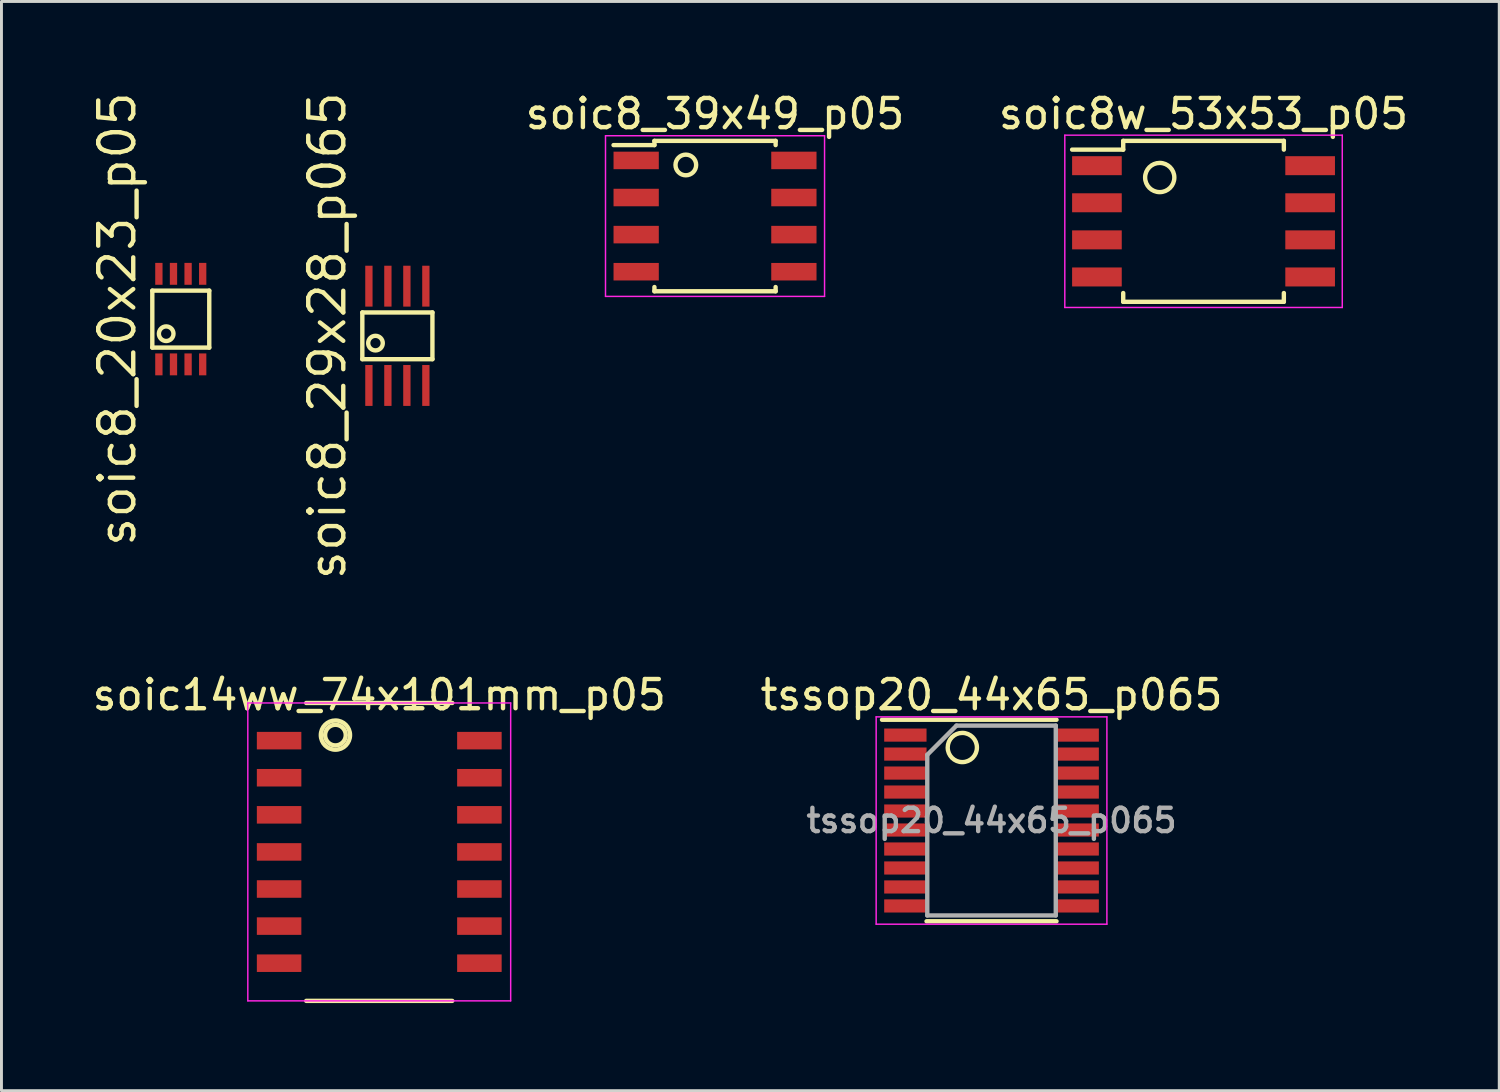
<source format=kicad_pcb>
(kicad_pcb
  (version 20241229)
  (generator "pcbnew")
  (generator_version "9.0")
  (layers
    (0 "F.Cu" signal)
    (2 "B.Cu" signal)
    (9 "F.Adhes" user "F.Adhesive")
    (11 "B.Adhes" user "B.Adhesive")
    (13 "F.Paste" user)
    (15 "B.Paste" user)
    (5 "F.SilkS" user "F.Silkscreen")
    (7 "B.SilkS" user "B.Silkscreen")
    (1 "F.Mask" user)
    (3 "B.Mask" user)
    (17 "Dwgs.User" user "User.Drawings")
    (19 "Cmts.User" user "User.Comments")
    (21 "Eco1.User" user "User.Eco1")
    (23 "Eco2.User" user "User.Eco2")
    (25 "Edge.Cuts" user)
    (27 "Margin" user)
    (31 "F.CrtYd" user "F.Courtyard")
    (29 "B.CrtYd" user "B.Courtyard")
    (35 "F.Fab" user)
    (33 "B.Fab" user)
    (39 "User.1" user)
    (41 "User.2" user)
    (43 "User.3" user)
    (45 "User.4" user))
  (footprint "soic8w_53x53_p05"
    (layer "F.Cu")
    (at 38.158 4.528)
    (property "Reference" "soic8w_53x53_p05" (at 0 -3.68 0) (layer "F.SilkS") (effects (font (size 1 1) (thickness 0.15))))
    (attr smd)
    (fp_line (start -2.75 -2.755) (end -2.75 -2.455) (stroke (width 0.15) (type solid)) (layer "F.SilkS"))
    (fp_line (start -2.75 -2.755) (end 2.75 -2.755) (stroke (width 0.15) (type solid)) (layer "F.SilkS"))
    (fp_line (start -2.75 -2.455) (end -4.5 -2.455) (stroke (width 0.15) (type solid)) (layer "F.SilkS"))
    (fp_line (start -2.75 2.755) (end -2.75 2.455) (stroke (width 0.15) (type solid)) (layer "F.SilkS"))
    (fp_line (start -2.75 2.755) (end 2.75 2.755) (stroke (width 0.15) (type solid)) (layer "F.SilkS"))
    (fp_line (start 2.75 -2.755) (end 2.75 -2.455) (stroke (width 0.15) (type solid)) (layer "F.SilkS"))
    (fp_line (start 2.75 2.755) (end 2.75 2.455) (stroke (width 0.15) (type solid)) (layer "F.SilkS"))
    (fp_circle (center -1.5 -1.5) (end -1.5 -1) (stroke (width 0.15) (type solid)) (fill no) (layer "F.SilkS"))
    (fp_line (start -4.75 -2.95) (end -4.75 2.95) (stroke (width 0.05) (type solid)) (layer "F.CrtYd"))
    (fp_line (start -4.75 -2.95) (end 4.75 -2.95) (stroke (width 0.05) (type solid)) (layer "F.CrtYd"))
    (fp_line (start -4.75 2.95) (end 4.75 2.95) (stroke (width 0.05) (type solid)) (layer "F.CrtYd"))
    (fp_line (start 4.75 -2.95) (end 4.75 2.95) (stroke (width 0.05) (type solid)) (layer "F.CrtYd"))
    (pad "1" smd rect (at -3.65 -1.905) (size 1.7 0.65) (layers "F.Cu" "F.Mask" "F.Paste"))
    (pad "2" smd rect (at -3.65 -0.635) (size 1.7 0.65) (layers "F.Cu" "F.Mask" "F.Paste"))
    (pad "3" smd rect (at -3.65 0.635) (size 1.7 0.65) (layers "F.Cu" "F.Mask" "F.Paste"))
    (pad "4" smd rect (at -3.65 1.905) (size 1.7 0.65) (layers "F.Cu" "F.Mask" "F.Paste"))
    (pad "5" smd rect (at 3.65 1.905) (size 1.7 0.65) (layers "F.Cu" "F.Mask" "F.Paste"))
    (pad "6" smd rect (at 3.65 0.635) (size 1.7 0.65) (layers "F.Cu" "F.Mask" "F.Paste"))
    (pad "7" smd rect (at 3.65 -0.635) (size 1.7 0.65) (layers "F.Cu" "F.Mask" "F.Paste"))
    (pad "8" smd rect (at 3.65 -1.905) (size 1.7 0.65) (layers "F.Cu" "F.Mask" "F.Paste")))
  (footprint "soic8_29x28_p065"
    (layer "F.Cu")
    (at 10.556 8.448)
    (property "Reference" "soic8_29x28_p065" (at -2.4 0 90) (layer "F.SilkS") (effects (font (size 1.2 1.2) (thickness 0.15))))
    (attr through_hole)
    (fp_line (start -1.2 -0.8) (end -1.2 0.8) (stroke (width 0.15) (type solid)) (layer "F.SilkS"))
    (fp_line (start -1.2 0.8) (end 1.2 0.8) (stroke (width 0.15) (type solid)) (layer "F.SilkS"))
    (fp_line (start 1.2 -0.8) (end -1.2 -0.8) (stroke (width 0.15) (type solid)) (layer "F.SilkS"))
    (fp_line (start 1.2 0.8) (end 1.2 -0.8) (stroke (width 0.15) (type solid)) (layer "F.SilkS"))
    (fp_circle (center -0.75 0.25) (end -0.5 0.25) (stroke (width 0.15) (type solid)) (fill no) (layer "F.SilkS"))
    (pad "1" smd rect (at -0.975 1.7) (size 0.25 1.4) (layers "F.Cu" "F.Mask" "F.Paste"))
    (pad "2" smd rect (at -0.325 1.7) (size 0.25 1.4) (layers "F.Cu" "F.Mask" "F.Paste"))
    (pad "3" smd rect (at 0.325 1.7) (size 0.25 1.4) (layers "F.Cu" "F.Mask" "F.Paste"))
    (pad "4" smd rect (at 0.975 1.7) (size 0.25 1.4) (layers "F.Cu" "F.Mask" "F.Paste"))
    (pad "5" smd rect (at 0.975 -1.7) (size 0.25 1.4) (layers "F.Cu" "F.Mask" "F.Paste"))
    (pad "6" smd rect (at 0.325 -1.7) (size 0.25 1.4) (layers "F.Cu" "F.Mask" "F.Paste"))
    (pad "7" smd rect (at -0.325 -1.7) (size 0.25 1.4) (layers "F.Cu" "F.Mask" "F.Paste"))
    (pad "8" smd rect (at -0.975 -1.7) (size 0.25 1.4) (layers "F.Cu" "F.Mask" "F.Paste")))
  (footprint "soic8_39x49_p05"
    (layer "F.Cu")
    (at 21.432 4.348)
    (property "Reference" "soic8_39x49_p05" (at 0 -3.5 0) (layer "F.SilkS") (effects (font (size 1 1) (thickness 0.15))))
    (attr smd)
    (fp_line (start -2.075 -2.575) (end -2.075 -2.43) (stroke (width 0.15) (type solid)) (layer "F.SilkS"))
    (fp_line (start -2.075 -2.575) (end 2.075 -2.575) (stroke (width 0.15) (type solid)) (layer "F.SilkS"))
    (fp_line (start -2.075 -2.43) (end -3.475 -2.43) (stroke (width 0.15) (type solid)) (layer "F.SilkS"))
    (fp_line (start -2.075 2.575) (end -2.075 2.43) (stroke (width 0.15) (type solid)) (layer "F.SilkS"))
    (fp_line (start -2.075 2.575) (end 2.075 2.575) (stroke (width 0.15) (type solid)) (layer "F.SilkS"))
    (fp_line (start 2.075 -2.575) (end 2.075 -2.43) (stroke (width 0.15) (type solid)) (layer "F.SilkS"))
    (fp_line (start 2.075 2.575) (end 2.075 2.43) (stroke (width 0.15) (type solid)) (layer "F.SilkS"))
    (fp_circle (center -1 -1.75) (end -0.75 -1.5) (stroke (width 0.15) (type solid)) (fill no) (layer "F.SilkS"))
    (fp_line (start -3.75 -2.75) (end -3.75 2.75) (stroke (width 0.05) (type solid)) (layer "F.CrtYd"))
    (fp_line (start -3.75 -2.75) (end 3.75 -2.75) (stroke (width 0.05) (type solid)) (layer "F.CrtYd"))
    (fp_line (start -3.75 2.75) (end 3.75 2.75) (stroke (width 0.05) (type solid)) (layer "F.CrtYd"))
    (fp_line (start 3.75 -2.75) (end 3.75 2.75) (stroke (width 0.05) (type solid)) (layer "F.CrtYd"))
    (pad "1" smd rect (at -2.7 -1.905) (size 1.55 0.6) (layers "F.Cu" "F.Mask" "F.Paste"))
    (pad "2" smd rect (at -2.7 -0.635) (size 1.55 0.6) (layers "F.Cu" "F.Mask" "F.Paste"))
    (pad "3" smd rect (at -2.7 0.635) (size 1.55 0.6) (layers "F.Cu" "F.Mask" "F.Paste"))
    (pad "4" smd rect (at -2.7 1.905) (size 1.55 0.6) (layers "F.Cu" "F.Mask" "F.Paste"))
    (pad "5" smd rect (at 2.7 1.905) (size 1.55 0.6) (layers "F.Cu" "F.Mask" "F.Paste"))
    (pad "6" smd rect (at 2.7 0.635) (size 1.55 0.6) (layers "F.Cu" "F.Mask" "F.Paste"))
    (pad "7" smd rect (at 2.7 -0.635) (size 1.55 0.6) (layers "F.Cu" "F.Mask" "F.Paste"))
    (pad "8" smd rect (at 2.7 -1.905) (size 1.55 0.6) (layers "F.Cu" "F.Mask" "F.Paste")))
  (footprint "soic8_20x23_p05"
    (layer "F.Cu")
    (at 3.14 7.876)
    (property "Reference" "soic8_20x23_p05" (at -2.175 0 90) (layer "F.SilkS") (effects (font (size 1.2 1.2) (thickness 0.15))))
    (attr through_hole)
    (fp_line (start -0.975 -0.975) (end -0.975 0.975) (stroke (width 0.15) (type solid)) (layer "F.SilkS"))
    (fp_line (start -0.975 0.975) (end 0.975 0.975) (stroke (width 0.15) (type solid)) (layer "F.SilkS"))
    (fp_line (start 0.975 -0.975) (end -0.975 -0.975) (stroke (width 0.15) (type solid)) (layer "F.SilkS"))
    (fp_line (start 0.975 0.975) (end 0.975 -0.975) (stroke (width 0.15) (type solid)) (layer "F.SilkS"))
    (fp_circle (center -0.5 0.5) (end -0.25 0.5) (stroke (width 0.15) (type solid)) (fill no) (layer "F.SilkS"))
    (pad "1" smd rect (at -0.75 1.55) (size 0.25 0.75) (layers "F.Cu" "F.Mask" "F.Paste"))
    (pad "2" smd rect (at -0.25 1.55) (size 0.25 0.75) (layers "F.Cu" "F.Mask" "F.Paste"))
    (pad "3" smd rect (at 0.25 1.55) (size 0.25 0.75) (layers "F.Cu" "F.Mask" "F.Paste"))
    (pad "4" smd rect (at 0.75 1.55) (size 0.25 0.75) (layers "F.Cu" "F.Mask" "F.Paste"))
    (pad "5" smd rect (at 0.75 -1.55) (size 0.25 0.75) (layers "F.Cu" "F.Mask" "F.Paste"))
    (pad "6" smd rect (at 0.25 -1.55) (size 0.25 0.75) (layers "F.Cu" "F.Mask" "F.Paste"))
    (pad "7" smd rect (at -0.25 -1.55) (size 0.25 0.75) (layers "F.Cu" "F.Mask" "F.Paste"))
    (pad "8" smd rect (at -0.75 -1.55) (size 0.25 0.75) (layers "F.Cu" "F.Mask" "F.Paste")))
  (footprint "soic14ww_74x101mm_p05"
    (layer "F.Cu")
    (at 9.935 26.119)
    (property "Reference" "soic14ww_74x101mm_p05" (at 0 -5.375 0) (layer "F.SilkS") (effects (font (size 1 1) (thickness 0.15))))
    (attr smd)
    (fp_line (start -2.5 -5.1) (end 2.5 -5.1) (stroke (width 0.15) (type solid)) (layer "F.SilkS"))
    (fp_line (start -2.5 5.1) (end 2.5 5.1) (stroke (width 0.15) (type solid)) (layer "F.SilkS"))
    (fp_circle (center -1.5 -4) (end -1.25 -3.75) (stroke (width 0.15) (type solid)) (fill no) (layer "F.SilkS"))
    (fp_circle (center -1.5 -4) (end -1 -4) (stroke (width 0.15) (type solid)) (fill no) (layer "F.SilkS"))
    (fp_line (start -4.5 -5.1) (end -4.5 5.1) (stroke (width 0.05) (type solid)) (layer "F.CrtYd"))
    (fp_line (start -4.5 -5.1) (end 4.5 -5.1) (stroke (width 0.05) (type solid)) (layer "F.CrtYd"))
    (fp_line (start -4.5 5.1) (end 4.5 5.1) (stroke (width 0.05) (type solid)) (layer "F.CrtYd"))
    (fp_line (start 4.5 -5.1) (end 4.5 5.1) (stroke (width 0.05) (type solid)) (layer "F.CrtYd"))
    (pad "1" smd rect (at -3.429 -3.81) (size 1.524 0.6) (layers "F.Cu" "F.Mask" "F.Paste"))
    (pad "2" smd rect (at -3.429 -2.54) (size 1.524 0.6) (layers "F.Cu" "F.Mask" "F.Paste"))
    (pad "3" smd rect (at -3.429 -1.27) (size 1.524 0.6) (layers "F.Cu" "F.Mask" "F.Paste"))
    (pad "4" smd rect (at -3.429 0) (size 1.524 0.6) (layers "F.Cu" "F.Mask" "F.Paste"))
    (pad "5" smd rect (at -3.429 1.27) (size 1.524 0.6) (layers "F.Cu" "F.Mask" "F.Paste"))
    (pad "6" smd rect (at -3.429 2.54) (size 1.524 0.6) (layers "F.Cu" "F.Mask" "F.Paste"))
    (pad "7" smd rect (at -3.429 3.81) (size 1.524 0.6) (layers "F.Cu" "F.Mask" "F.Paste"))
    (pad "8" smd rect (at 3.429 3.81) (size 1.524 0.6) (layers "F.Cu" "F.Mask" "F.Paste"))
    (pad "9" smd rect (at 3.429 2.54) (size 1.524 0.6) (layers "F.Cu" "F.Mask" "F.Paste"))
    (pad "10" smd rect (at 3.429 1.27) (size 1.524 0.6) (layers "F.Cu" "F.Mask" "F.Paste"))
    (pad "11" smd rect (at 3.429 0) (size 1.524 0.6) (layers "F.Cu" "F.Mask" "F.Paste"))
    (pad "12" smd rect (at 3.429 -1.27) (size 1.524 0.6) (layers "F.Cu" "F.Mask" "F.Paste"))
    (pad "13" smd rect (at 3.429 -2.54) (size 1.524 0.6) (layers "F.Cu" "F.Mask" "F.Paste"))
    (pad "14" smd rect (at 3.429 -3.81) (size 1.524 0.6) (layers "F.Cu" "F.Mask" "F.Paste")))
  (footprint "tssop20_44x65_p065"
    (layer "F.Cu")
    (at 30.899 25.044)
    (property "Reference" "tssop20_44x65_p065" (at 0 -4.3 0) (layer "F.SilkS") (effects (font (size 1 1) (thickness 0.15))))
    (attr smd)
    (fp_line (start -3.75 -3.45) (end 2.225 -3.45) (stroke (width 0.15) (type solid)) (layer "F.SilkS"))
    (fp_line (start -2.225 3.45) (end 2.225 3.45) (stroke (width 0.15) (type solid)) (layer "F.SilkS"))
    (fp_circle (center -1 -2.5) (end -0.5 -2.5) (stroke (width 0.15) (type solid)) (fill no) (layer "F.SilkS"))
    (fp_line (start -3.95 -3.55) (end -3.95 3.55) (stroke (width 0.05) (type solid)) (layer "F.CrtYd"))
    (fp_line (start -3.95 -3.55) (end 3.95 -3.55) (stroke (width 0.05) (type solid)) (layer "F.CrtYd"))
    (fp_line (start -3.95 3.55) (end 3.95 3.55) (stroke (width 0.05) (type solid)) (layer "F.CrtYd"))
    (fp_line (start 3.95 -3.55) (end 3.95 3.55) (stroke (width 0.05) (type solid)) (layer "F.CrtYd"))
    (fp_line (start -2.2 -2.25) (end -1.2 -3.25) (stroke (width 0.15) (type solid)) (layer "F.Fab"))
    (fp_line (start -2.2 3.25) (end -2.2 -2.25) (stroke (width 0.15) (type solid)) (layer "F.Fab"))
    (fp_line (start -1.2 -3.25) (end 2.2 -3.25) (stroke (width 0.15) (type solid)) (layer "F.Fab"))
    (fp_line (start 2.2 -3.25) (end 2.2 3.25) (stroke (width 0.15) (type solid)) (layer "F.Fab"))
    (fp_line (start 2.2 3.25) (end -2.2 3.25) (stroke (width 0.15) (type solid)) (layer "F.Fab"))
    (fp_text user "${REFERENCE}" (at 0 0 0) (layer "F.Fab") (effects (font (size 0.8 0.8) (thickness 0.15))))
    (pad "1" smd rect (at -2.95 -2.925) (size 1.45 0.45) (layers "F.Cu" "F.Mask" "F.Paste"))
    (pad "2" smd rect (at -2.95 -2.275) (size 1.45 0.45) (layers "F.Cu" "F.Mask" "F.Paste"))
    (pad "3" smd rect (at -2.95 -1.625) (size 1.45 0.45) (layers "F.Cu" "F.Mask" "F.Paste"))
    (pad "4" smd rect (at -2.95 -0.975) (size 1.45 0.45) (layers "F.Cu" "F.Mask" "F.Paste"))
    (pad "5" smd rect (at -2.95 -0.325) (size 1.45 0.45) (layers "F.Cu" "F.Mask" "F.Paste"))
    (pad "6" smd rect (at -2.95 0.325) (size 1.45 0.45) (layers "F.Cu" "F.Mask" "F.Paste"))
    (pad "7" smd rect (at -2.95 0.975) (size 1.45 0.45) (layers "F.Cu" "F.Mask" "F.Paste"))
    (pad "8" smd rect (at -2.95 1.625) (size 1.45 0.45) (layers "F.Cu" "F.Mask" "F.Paste"))
    (pad "9" smd rect (at -2.95 2.275) (size 1.45 0.45) (layers "F.Cu" "F.Mask" "F.Paste"))
    (pad "10" smd rect (at -2.95 2.925) (size 1.45 0.45) (layers "F.Cu" "F.Mask" "F.Paste"))
    (pad "11" smd rect (at 2.95 2.925) (size 1.45 0.45) (layers "F.Cu" "F.Mask" "F.Paste"))
    (pad "12" smd rect (at 2.95 2.275) (size 1.45 0.45) (layers "F.Cu" "F.Mask" "F.Paste"))
    (pad "13" smd rect (at 2.95 1.625) (size 1.45 0.45) (layers "F.Cu" "F.Mask" "F.Paste"))
    (pad "14" smd rect (at 2.95 0.975) (size 1.45 0.45) (layers "F.Cu" "F.Mask" "F.Paste"))
    (pad "15" smd rect (at 2.95 0.325) (size 1.45 0.45) (layers "F.Cu" "F.Mask" "F.Paste"))
    (pad "16" smd rect (at 2.95 -0.325) (size 1.45 0.45) (layers "F.Cu" "F.Mask" "F.Paste"))
    (pad "17" smd rect (at 2.95 -0.975) (size 1.45 0.45) (layers "F.Cu" "F.Mask" "F.Paste"))
    (pad "18" smd rect (at 2.95 -1.625) (size 1.45 0.45) (layers "F.Cu" "F.Mask" "F.Paste"))
    (pad "19" smd rect (at 2.95 -2.275) (size 1.45 0.45) (layers "F.Cu" "F.Mask" "F.Paste"))
    (pad "20" smd rect (at 2.95 -2.925) (size 1.45 0.45) (layers "F.Cu" "F.Mask" "F.Paste")))
  (gr_rect
    (start -3 -3)
    (end 48.283 34.294)
    (stroke (width 0.1) (type default))
    (fill no)
    (layer "Edge.Cuts")))
</source>
